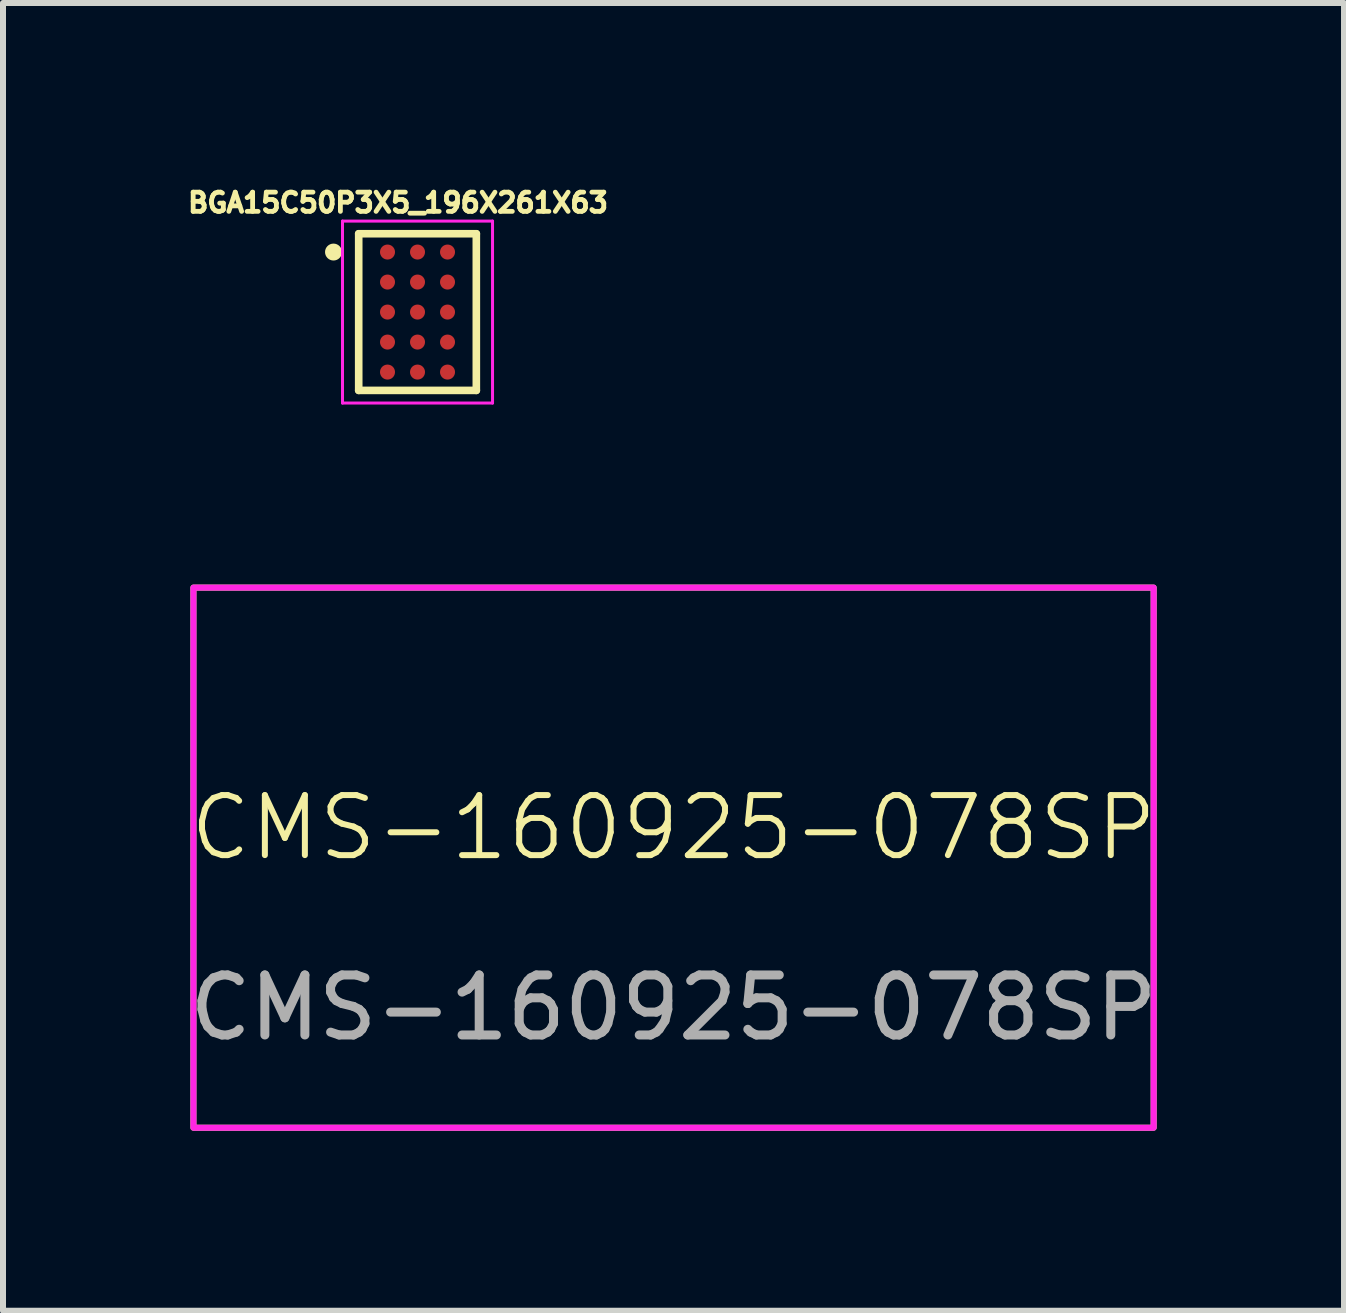
<source format=kicad_pcb>
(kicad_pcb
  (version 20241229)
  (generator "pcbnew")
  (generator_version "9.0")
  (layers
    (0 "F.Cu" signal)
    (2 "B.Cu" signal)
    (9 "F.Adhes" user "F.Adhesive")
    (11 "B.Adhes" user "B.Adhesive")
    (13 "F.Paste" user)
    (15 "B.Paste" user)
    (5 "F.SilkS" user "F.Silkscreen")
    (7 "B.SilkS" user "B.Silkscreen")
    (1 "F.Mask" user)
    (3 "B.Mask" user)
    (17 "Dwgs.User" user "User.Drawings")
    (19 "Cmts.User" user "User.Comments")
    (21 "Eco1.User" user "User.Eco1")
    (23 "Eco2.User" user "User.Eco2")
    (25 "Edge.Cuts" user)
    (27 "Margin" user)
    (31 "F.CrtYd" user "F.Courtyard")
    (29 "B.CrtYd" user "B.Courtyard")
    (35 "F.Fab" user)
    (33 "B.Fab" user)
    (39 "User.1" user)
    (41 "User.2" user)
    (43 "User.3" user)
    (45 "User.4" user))
  (footprint "CMS-160925-078SP"
    (layer "F.Cu")
    (at 8.173 11.241)
    (property "Reference" "CMS-160925-078SP" (at 0 -0.5 0) (unlocked yes) (layer "F.SilkS") (effects (font (size 1 1) (thickness 0.1))))
    (attr smd)
    (fp_rect (start -8 -4.5) (end 8 4.5) (stroke (width 0.1) (type solid)) (fill no) (layer "F.SilkS"))
    (fp_rect (start -8 -4.5) (end 8 4.5) (stroke (width 0.1) (type solid)) (fill no) (layer "F.CrtYd"))
    (fp_text user "${REFERENCE}" (at 0 2.5 0) (unlocked yes) (layer "F.Fab") (effects (font (size 1 1) (thickness 0.15)))))
  (footprint "BGA15C50P3X5_196X261X63"
    (layer "F.Cu")
    (at 3.907 2.15)
    (property "Reference" "BGA15C50P3X5_196X261X63" (at -0.325 -1.822 0) (layer "F.SilkS") (effects (font (size 0.32 0.32) (thickness 0.15))))
    (attr smd)
    (fp_line (start -0.98 -1.305) (end 0.98 -1.305) (stroke (width 0.127) (type solid)) (layer "F.SilkS"))
    (fp_line (start -0.98 1.305) (end -0.98 -1.305) (stroke (width 0.127) (type solid)) (layer "F.SilkS"))
    (fp_line (start 0.98 -1.305) (end 0.98 1.305) (stroke (width 0.127) (type solid)) (layer "F.SilkS"))
    (fp_line (start 0.98 1.305) (end -0.98 1.305) (stroke (width 0.127) (type solid)) (layer "F.SilkS"))
    (fp_circle (center -1.4 -1) (end -1.259 -1) (stroke (width 0) (type solid)) (fill yes) (layer "F.SilkS"))
    (fp_line (start -1.25 -1.516) (end 1.25 -1.516) (stroke (width 0.05) (type solid)) (layer "F.CrtYd"))
    (fp_line (start -1.25 1.516) (end -1.25 -1.516) (stroke (width 0.05) (type solid)) (layer "F.CrtYd"))
    (fp_line (start 1.25 -1.516) (end 1.25 1.516) (stroke (width 0.05) (type solid)) (layer "F.CrtYd"))
    (fp_line (start 1.25 1.516) (end -1.25 1.516) (stroke (width 0.05) (type solid)) (layer "F.CrtYd"))
    (pad "A1" smd circle (at -0.5 -1) (size 0.25 0.25) (layers "F.Cu" "F.Mask" "F.Paste"))
    (pad "A2" smd circle (at 0 -1) (size 0.25 0.25) (layers "F.Cu" "F.Mask" "F.Paste"))
    (pad "A3" smd circle (at 0.5 -1) (size 0.25 0.25) (layers "F.Cu" "F.Mask" "F.Paste"))
    (pad "B1" smd circle (at -0.5 -0.5) (size 0.25 0.25) (layers "F.Cu" "F.Mask" "F.Paste"))
    (pad "B2" smd circle (at 0 -0.5) (size 0.25 0.25) (layers "F.Cu" "F.Mask" "F.Paste"))
    (pad "B3" smd circle (at 0.5 -0.5) (size 0.25 0.25) (layers "F.Cu" "F.Mask" "F.Paste"))
    (pad "C1" smd circle (at -0.5 0) (size 0.25 0.25) (layers "F.Cu" "F.Mask" "F.Paste"))
    (pad "C2" smd circle (at 0 0) (size 0.25 0.25) (layers "F.Cu" "F.Mask" "F.Paste"))
    (pad "C3" smd circle (at 0.5 0) (size 0.25 0.25) (layers "F.Cu" "F.Mask" "F.Paste"))
    (pad "D1" smd circle (at -0.5 0.5) (size 0.25 0.25) (layers "F.Cu" "F.Mask" "F.Paste"))
    (pad "D2" smd circle (at 0 0.5) (size 0.25 0.25) (layers "F.Cu" "F.Mask" "F.Paste"))
    (pad "D3" smd circle (at 0.5 0.5) (size 0.25 0.25) (layers "F.Cu" "F.Mask" "F.Paste"))
    (pad "E1" smd circle (at -0.5 1) (size 0.25 0.25) (layers "F.Cu" "F.Mask" "F.Paste"))
    (pad "E2" smd circle (at 0 1) (size 0.25 0.25) (layers "F.Cu" "F.Mask" "F.Paste"))
    (pad "E3" smd circle (at 0.5 1) (size 0.25 0.25) (layers "F.Cu" "F.Mask" "F.Paste")))
  (gr_rect
    (start -3 -3)
    (end 19.345 18.791)
    (stroke (width 0.1) (type default))
    (fill no)
    (layer "Edge.Cuts")))
</source>
